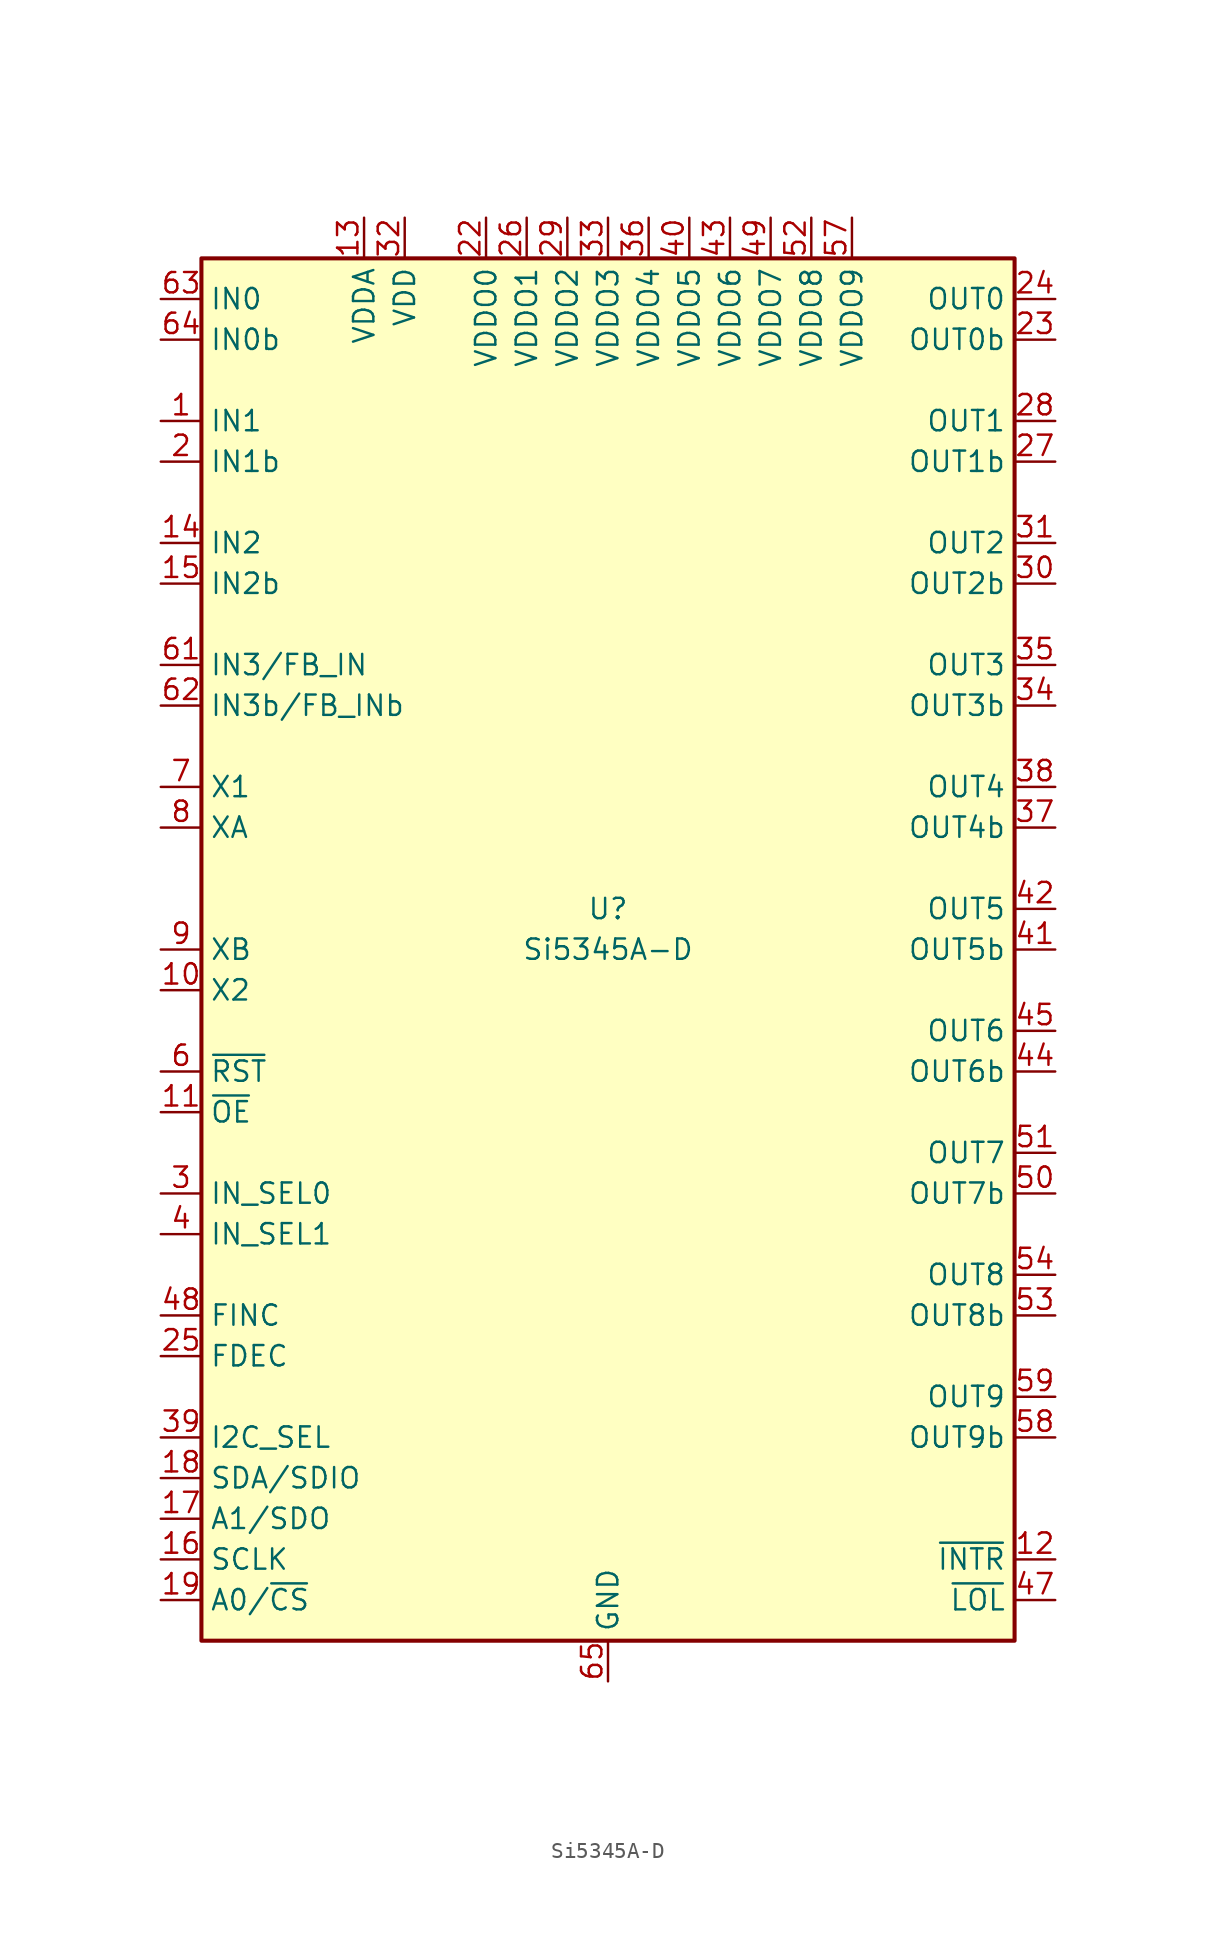
<source format=kicad_sym>
(kicad_symbol_lib
  (version 20211014)
  (generator kicad_symbol_editor)
  (symbol "Si5345A-D"
    (property "Reference" "U"
      (at 0 2.54 0)
      (effects (font (size 1.27 1.27))))
    (property "Value" "Si5345A-D"
      (at 0 0 0)
      (effects (font (size 1.27 1.27))))
    (symbol "Si5345A-D_0_1"
      (rectangle (start -25.4 43.18) (end 25.4 -43.18) (stroke (width 0.254) (type default) (color 0 0 0 0)) (fill (type background))))
    (symbol "Si5345A-D_1_1"
      (pin input line (at -27.94 33.02 0) (length 2.54) (name "IN1" (effects (font (size 1.27 1.27)))) (number "1" (effects (font (size 1.27 1.27)))))
      (pin input line (at -27.94 -2.54 0) (length 2.54) (name "X2" (effects (font (size 1.27 1.27)))) (number "10" (effects (font (size 1.27 1.27)))))
      (pin input line (at -27.94 -10.16 0) (length 2.54) (name "~{OE}" (effects (font (size 1.27 1.27)))) (number "11" (effects (font (size 1.27 1.27)))))
      (pin output line (at 27.94 -38.1 180) (length 2.54) (name "~{INTR}" (effects (font (size 1.27 1.27)))) (number "12" (effects (font (size 1.27 1.27)))))
      (pin power_in line (at -15.24 45.72 270) (length 2.54) (name "VDDA" (effects (font (size 1.27 1.27)))) (number "13" (effects (font (size 1.27 1.27)))))
      (pin input line (at -27.94 25.4 0) (length 2.54) (name "IN2" (effects (font (size 1.27 1.27)))) (number "14" (effects (font (size 1.27 1.27)))))
      (pin input line (at -27.94 22.86 0) (length 2.54) (name "IN2b" (effects (font (size 1.27 1.27)))) (number "15" (effects (font (size 1.27 1.27)))))
      (pin input line (at -27.94 -38.1 0) (length 2.54) (name "SCLK" (effects (font (size 1.27 1.27)))) (number "16" (effects (font (size 1.27 1.27)))))
      (pin bidirectional line (at -27.94 -35.56 0) (length 2.54) (name "A1/SDO" (effects (font (size 1.27 1.27)))) (number "17" (effects (font (size 1.27 1.27)))))
      (pin bidirectional line (at -27.94 -33.02 0) (length 2.54) (name "SDA/SDIO" (effects (font (size 1.27 1.27)))) (number "18" (effects (font (size 1.27 1.27)))))
      (pin input line (at -27.94 -40.64 0) (length 2.54) (name "A0/~{CS}" (effects (font (size 1.27 1.27)))) (number "19" (effects (font (size 1.27 1.27)))))
      (pin input line (at -27.94 30.48 0) (length 2.54) (name "IN1b" (effects (font (size 1.27 1.27)))) (number "2" (effects (font (size 1.27 1.27)))))
      (pin no_connect line (at 25.4 27.94 180) (length 2.54) hide (name "NC" (effects (font (size 1.27 1.27)))) (number "20" (effects (font (size 1.27 1.27)))))
      (pin no_connect line (at 25.4 20.32 180) (length 2.54) hide (name "NC" (effects (font (size 1.27 1.27)))) (number "21" (effects (font (size 1.27 1.27)))))
      (pin power_in line (at -7.62 45.72 270) (length 2.54) (name "VDDO0" (effects (font (size 1.27 1.27)))) (number "22" (effects (font (size 1.27 1.27)))))
      (pin output line (at 27.94 38.1 180) (length 2.54) (name "OUT0b" (effects (font (size 1.27 1.27)))) (number "23" (effects (font (size 1.27 1.27)))))
      (pin output line (at 27.94 40.64 180) (length 2.54) (name "OUT0" (effects (font (size 1.27 1.27)))) (number "24" (effects (font (size 1.27 1.27)))))
      (pin input line (at -27.94 -25.4 0) (length 2.54) (name "FDEC" (effects (font (size 1.27 1.27)))) (number "25" (effects (font (size 1.27 1.27)))))
      (pin power_in line (at -5.08 45.72 270) (length 2.54) (name "VDDO1" (effects (font (size 1.27 1.27)))) (number "26" (effects (font (size 1.27 1.27)))))
      (pin output line (at 27.94 30.48 180) (length 2.54) (name "OUT1b" (effects (font (size 1.27 1.27)))) (number "27" (effects (font (size 1.27 1.27)))))
      (pin output line (at 27.94 33.02 180) (length 2.54) (name "OUT1" (effects (font (size 1.27 1.27)))) (number "28" (effects (font (size 1.27 1.27)))))
      (pin power_in line (at -2.54 45.72 270) (length 2.54) (name "VDDO2" (effects (font (size 1.27 1.27)))) (number "29" (effects (font (size 1.27 1.27)))))
      (pin input line (at -27.94 -15.24 0) (length 2.54) (name "IN_SEL0" (effects (font (size 1.27 1.27)))) (number "3" (effects (font (size 1.27 1.27)))))
      (pin output line (at 27.94 22.86 180) (length 2.54) (name "OUT2b" (effects (font (size 1.27 1.27)))) (number "30" (effects (font (size 1.27 1.27)))))
      (pin output line (at 27.94 25.4 180) (length 2.54) (name "OUT2" (effects (font (size 1.27 1.27)))) (number "31" (effects (font (size 1.27 1.27)))))
      (pin power_in line (at -12.7 45.72 270) (length 2.54) (name "VDD" (effects (font (size 1.27 1.27)))) (number "32" (effects (font (size 1.27 1.27)))))
      (pin power_in line (at 0 45.72 270) (length 2.54) (name "VDDO3" (effects (font (size 1.27 1.27)))) (number "33" (effects (font (size 1.27 1.27)))))
      (pin output line (at 27.94 15.24 180) (length 2.54) (name "OUT3b" (effects (font (size 1.27 1.27)))) (number "34" (effects (font (size 1.27 1.27)))))
      (pin output line (at 27.94 17.78 180) (length 2.54) (name "OUT3" (effects (font (size 1.27 1.27)))) (number "35" (effects (font (size 1.27 1.27)))))
      (pin power_in line (at 2.54 45.72 270) (length 2.54) (name "VDDO4" (effects (font (size 1.27 1.27)))) (number "36" (effects (font (size 1.27 1.27)))))
      (pin output line (at 27.94 7.62 180) (length 2.54) (name "OUT4b" (effects (font (size 1.27 1.27)))) (number "37" (effects (font (size 1.27 1.27)))))
      (pin output line (at 27.94 10.16 180) (length 2.54) (name "OUT4" (effects (font (size 1.27 1.27)))) (number "38" (effects (font (size 1.27 1.27)))))
      (pin input line (at -27.94 -30.48 0) (length 2.54) (name "I2C_SEL" (effects (font (size 1.27 1.27)))) (number "39" (effects (font (size 1.27 1.27)))))
      (pin input line (at -27.94 -17.78 0) (length 2.54) (name "IN_SEL1" (effects (font (size 1.27 1.27)))) (number "4" (effects (font (size 1.27 1.27)))))
      (pin power_in line (at 5.08 45.72 270) (length 2.54) (name "VDDO5" (effects (font (size 1.27 1.27)))) (number "40" (effects (font (size 1.27 1.27)))))
      (pin output line (at 27.94 0 180) (length 2.54) (name "OUT5b" (effects (font (size 1.27 1.27)))) (number "41" (effects (font (size 1.27 1.27)))))
      (pin output line (at 27.94 2.54 180) (length 2.54) (name "OUT5" (effects (font (size 1.27 1.27)))) (number "42" (effects (font (size 1.27 1.27)))))
      (pin power_in line (at 7.62 45.72 270) (length 2.54) (name "VDDO6" (effects (font (size 1.27 1.27)))) (number "43" (effects (font (size 1.27 1.27)))))
      (pin output line (at 27.94 -7.62 180) (length 2.54) (name "OUT6b" (effects (font (size 1.27 1.27)))) (number "44" (effects (font (size 1.27 1.27)))))
      (pin output line (at 27.94 -5.08 180) (length 2.54) (name "OUT6" (effects (font (size 1.27 1.27)))) (number "45" (effects (font (size 1.27 1.27)))))
      (pin passive line (at -12.7 45.72 270) (length 2.54) hide (name "VDD" (effects (font (size 1.27 1.27)))) (number "46" (effects (font (size 1.27 1.27)))))
      (pin output line (at 27.94 -40.64 180) (length 2.54) (name "~{LOL}" (effects (font (size 1.27 1.27)))) (number "47" (effects (font (size 1.27 1.27)))))
      (pin input line (at -27.94 -22.86 0) (length 2.54) (name "FINC" (effects (font (size 1.27 1.27)))) (number "48" (effects (font (size 1.27 1.27)))))
      (pin power_in line (at 10.16 45.72 270) (length 2.54) (name "VDDO7" (effects (font (size 1.27 1.27)))) (number "49" (effects (font (size 1.27 1.27)))))
      (pin no_connect line (at 25.4 35.56 180) (length 2.54) hide (name "NC" (effects (font (size 1.27 1.27)))) (number "5" (effects (font (size 1.27 1.27)))))
      (pin output line (at 27.94 -15.24 180) (length 2.54) (name "OUT7b" (effects (font (size 1.27 1.27)))) (number "50" (effects (font (size 1.27 1.27)))))
      (pin output line (at 27.94 -12.7 180) (length 2.54) (name "OUT7" (effects (font (size 1.27 1.27)))) (number "51" (effects (font (size 1.27 1.27)))))
      (pin power_in line (at 12.7 45.72 270) (length 2.54) (name "VDDO8" (effects (font (size 1.27 1.27)))) (number "52" (effects (font (size 1.27 1.27)))))
      (pin output line (at 27.94 -22.86 180) (length 2.54) (name "OUT8b" (effects (font (size 1.27 1.27)))) (number "53" (effects (font (size 1.27 1.27)))))
      (pin output line (at 27.94 -20.32 180) (length 2.54) (name "OUT8" (effects (font (size 1.27 1.27)))) (number "54" (effects (font (size 1.27 1.27)))))
      (pin no_connect line (at 25.4 12.7 180) (length 2.54) hide (name "NC" (effects (font (size 1.27 1.27)))) (number "55" (effects (font (size 1.27 1.27)))))
      (pin no_connect line (at 25.4 5.08 180) (length 2.54) hide (name "NC" (effects (font (size 1.27 1.27)))) (number "56" (effects (font (size 1.27 1.27)))))
      (pin power_in line (at 15.24 45.72 270) (length 2.54) (name "VDDO9" (effects (font (size 1.27 1.27)))) (number "57" (effects (font (size 1.27 1.27)))))
      (pin output line (at 27.94 -30.48 180) (length 2.54) (name "OUT9b" (effects (font (size 1.27 1.27)))) (number "58" (effects (font (size 1.27 1.27)))))
      (pin output line (at 27.94 -27.94 180) (length 2.54) (name "OUT9" (effects (font (size 1.27 1.27)))) (number "59" (effects (font (size 1.27 1.27)))))
      (pin input line (at -27.94 -7.62 0) (length 2.54) (name "~{RST}" (effects (font (size 1.27 1.27)))) (number "6" (effects (font (size 1.27 1.27)))))
      (pin passive line (at -12.7 45.72 270) (length 2.54) hide (name "VDD" (effects (font (size 1.27 1.27)))) (number "60" (effects (font (size 1.27 1.27)))))
      (pin input line (at -27.94 17.78 0) (length 2.54) (name "IN3/FB_IN" (effects (font (size 1.27 1.27)))) (number "61" (effects (font (size 1.27 1.27)))))
      (pin input line (at -27.94 15.24 0) (length 2.54) (name "IN3b/FB_INb" (effects (font (size 1.27 1.27)))) (number "62" (effects (font (size 1.27 1.27)))))
      (pin input line (at -27.94 40.64 0) (length 2.54) (name "IN0" (effects (font (size 1.27 1.27)))) (number "63" (effects (font (size 1.27 1.27)))))
      (pin input line (at -27.94 38.1 0) (length 2.54) (name "IN0b" (effects (font (size 1.27 1.27)))) (number "64" (effects (font (size 1.27 1.27)))))
      (pin power_in line (at 0 -45.72 90) (length 2.54) (name "GND" (effects (font (size 1.27 1.27)))) (number "65" (effects (font (size 1.27 1.27)))))
      (pin input line (at -27.94 10.16 0) (length 2.54) (name "X1" (effects (font (size 1.27 1.27)))) (number "7" (effects (font (size 1.27 1.27)))))
      (pin input line (at -27.94 7.62 0) (length 2.54) (name "XA" (effects (font (size 1.27 1.27)))) (number "8" (effects (font (size 1.27 1.27)))))
      (pin input line (at -27.94 0 0) (length 2.54) (name "XB" (effects (font (size 1.27 1.27)))) (number "9" (effects (font (size 1.27 1.27))))))))
</source>
